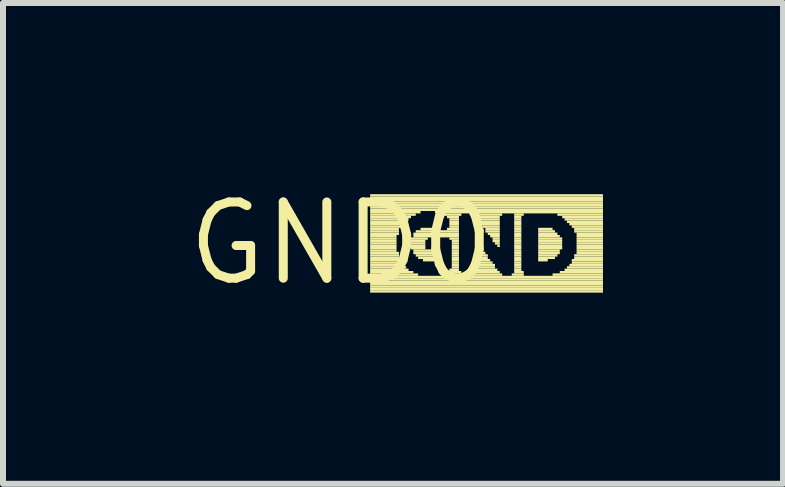
<source format=kicad_pcb>
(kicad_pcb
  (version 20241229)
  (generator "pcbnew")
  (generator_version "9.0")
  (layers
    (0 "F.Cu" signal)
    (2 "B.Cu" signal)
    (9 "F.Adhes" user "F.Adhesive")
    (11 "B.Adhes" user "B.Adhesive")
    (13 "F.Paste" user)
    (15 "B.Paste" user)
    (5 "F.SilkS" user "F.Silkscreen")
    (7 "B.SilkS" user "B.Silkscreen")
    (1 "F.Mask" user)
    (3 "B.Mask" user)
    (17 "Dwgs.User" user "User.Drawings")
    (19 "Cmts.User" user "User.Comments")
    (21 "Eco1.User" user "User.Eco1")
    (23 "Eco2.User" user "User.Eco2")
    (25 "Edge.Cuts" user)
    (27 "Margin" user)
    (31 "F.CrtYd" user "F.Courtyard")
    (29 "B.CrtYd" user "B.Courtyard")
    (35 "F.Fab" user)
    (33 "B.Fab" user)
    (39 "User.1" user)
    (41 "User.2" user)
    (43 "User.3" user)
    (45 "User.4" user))
  (footprint "GND0"
    (layer "F.Cu")
    (at 2.638 1.006)
    (property "Reference" "GND0" (at 0 0 0) (layer "F.SilkS") (effects (font (size 1.27 1.27) (thickness 0.15))))
    (fp_poly (pts (xy 0.48 -0.78) (xy 4.36 -0.78) (xy 4.36 -0.82) (xy 0.48 -0.82)) (stroke (width 0) (type default)) (fill yes) (layer "F.SilkS"))
    (fp_poly (pts (xy 0.48 -0.74) (xy 4.36 -0.74) (xy 4.36 -0.78) (xy 0.48 -0.78)) (stroke (width 0) (type default)) (fill yes) (layer "F.SilkS"))
    (fp_poly (pts (xy 0.48 -0.7) (xy 4.36 -0.7) (xy 4.36 -0.74) (xy 0.48 -0.74)) (stroke (width 0) (type default)) (fill yes) (layer "F.SilkS"))
    (fp_poly (pts (xy 0.48 -0.66) (xy 4.36 -0.66) (xy 4.36 -0.7) (xy 0.48 -0.7)) (stroke (width 0) (type default)) (fill yes) (layer "F.SilkS"))
    (fp_poly (pts (xy 0.48 -0.62) (xy 4.36 -0.62) (xy 4.36 -0.66) (xy 0.48 -0.66)) (stroke (width 0) (type default)) (fill yes) (layer "F.SilkS"))
    (fp_poly (pts (xy 0.48 -0.58) (xy 4.36 -0.58) (xy 4.36 -0.62) (xy 0.48 -0.62)) (stroke (width 0) (type default)) (fill yes) (layer "F.SilkS"))
    (fp_poly (pts (xy 0.48 -0.54) (xy 4.36 -0.54) (xy 4.36 -0.58) (xy 0.48 -0.58)) (stroke (width 0) (type default)) (fill yes) (layer "F.SilkS"))
    (fp_poly (pts (xy 0.48 -0.5) (xy 1.32 -0.5) (xy 1.32 -0.54) (xy 0.48 -0.54)) (stroke (width 0) (type default)) (fill yes) (layer "F.SilkS"))
    (fp_poly (pts (xy 0.48 -0.46) (xy 1.24 -0.46) (xy 1.24 -0.5) (xy 0.48 -0.5)) (stroke (width 0) (type default)) (fill yes) (layer "F.SilkS"))
    (fp_poly (pts (xy 0.48 -0.42) (xy 1.16 -0.42) (xy 1.16 -0.46) (xy 0.48 -0.46)) (stroke (width 0) (type default)) (fill yes) (layer "F.SilkS"))
    (fp_poly (pts (xy 0.48 -0.38) (xy 1.12 -0.38) (xy 1.12 -0.42) (xy 0.48 -0.42)) (stroke (width 0) (type default)) (fill yes) (layer "F.SilkS"))
    (fp_poly (pts (xy 0.48 -0.34) (xy 1.04 -0.34) (xy 1.04 -0.38) (xy 0.48 -0.38)) (stroke (width 0) (type default)) (fill yes) (layer "F.SilkS"))
    (fp_poly (pts (xy 0.48 -0.3) (xy 1.04 -0.3) (xy 1.04 -0.34) (xy 0.48 -0.34)) (stroke (width 0) (type default)) (fill yes) (layer "F.SilkS"))
    (fp_poly (pts (xy 0.48 -0.26) (xy 1 -0.26) (xy 1 -0.3) (xy 0.48 -0.3)) (stroke (width 0) (type default)) (fill yes) (layer "F.SilkS"))
    (fp_poly (pts (xy 0.48 -0.22) (xy 0.96 -0.22) (xy 0.96 -0.26) (xy 0.48 -0.26)) (stroke (width 0) (type default)) (fill yes) (layer "F.SilkS"))
    (fp_poly (pts (xy 0.48 -0.18) (xy 0.96 -0.18) (xy 0.96 -0.22) (xy 0.48 -0.22)) (stroke (width 0) (type default)) (fill yes) (layer "F.SilkS"))
    (fp_poly (pts (xy 0.48 -0.14) (xy 0.96 -0.14) (xy 0.96 -0.18) (xy 0.48 -0.18)) (stroke (width 0) (type default)) (fill yes) (layer "F.SilkS"))
    (fp_poly (pts (xy 0.48 -0.1) (xy 0.92 -0.1) (xy 0.92 -0.14) (xy 0.48 -0.14)) (stroke (width 0) (type default)) (fill yes) (layer "F.SilkS"))
    (fp_poly (pts (xy 0.48 -0.06) (xy 0.92 -0.06) (xy 0.92 -0.1) (xy 0.48 -0.1)) (stroke (width 0) (type default)) (fill yes) (layer "F.SilkS"))
    (fp_poly (pts (xy 0.48 -0.02) (xy 0.92 -0.02) (xy 0.92 -0.06) (xy 0.48 -0.06)) (stroke (width 0) (type default)) (fill yes) (layer "F.SilkS"))
    (fp_poly (pts (xy 0.48 0.02) (xy 0.92 0.02) (xy 0.92 -0.02) (xy 0.48 -0.02)) (stroke (width 0) (type default)) (fill yes) (layer "F.SilkS"))
    (fp_poly (pts (xy 0.48 0.06) (xy 0.92 0.06) (xy 0.92 0.02) (xy 0.48 0.02)) (stroke (width 0) (type default)) (fill yes) (layer "F.SilkS"))
    (fp_poly (pts (xy 0.48 0.1) (xy 0.92 0.1) (xy 0.92 0.06) (xy 0.48 0.06)) (stroke (width 0) (type default)) (fill yes) (layer "F.SilkS"))
    (fp_poly (pts (xy 0.48 0.14) (xy 0.92 0.14) (xy 0.92 0.1) (xy 0.48 0.1)) (stroke (width 0) (type default)) (fill yes) (layer "F.SilkS"))
    (fp_poly (pts (xy 0.48 0.18) (xy 0.96 0.18) (xy 0.96 0.14) (xy 0.48 0.14)) (stroke (width 0) (type default)) (fill yes) (layer "F.SilkS"))
    (fp_poly (pts (xy 0.48 0.22) (xy 0.96 0.22) (xy 0.96 0.18) (xy 0.48 0.18)) (stroke (width 0) (type default)) (fill yes) (layer "F.SilkS"))
    (fp_poly (pts (xy 0.48 0.26) (xy 0.96 0.26) (xy 0.96 0.22) (xy 0.48 0.22)) (stroke (width 0) (type default)) (fill yes) (layer "F.SilkS"))
    (fp_poly (pts (xy 0.48 0.3) (xy 1 0.3) (xy 1 0.26) (xy 0.48 0.26)) (stroke (width 0) (type default)) (fill yes) (layer "F.SilkS"))
    (fp_poly (pts (xy 0.48 0.34) (xy 1 0.34) (xy 1 0.3) (xy 0.48 0.3)) (stroke (width 0) (type default)) (fill yes) (layer "F.SilkS"))
    (fp_poly (pts (xy 0.48 0.38) (xy 1.04 0.38) (xy 1.04 0.34) (xy 0.48 0.34)) (stroke (width 0) (type default)) (fill yes) (layer "F.SilkS"))
    (fp_poly (pts (xy 0.48 0.42) (xy 1.08 0.42) (xy 1.08 0.38) (xy 0.48 0.38)) (stroke (width 0) (type default)) (fill yes) (layer "F.SilkS"))
    (fp_poly (pts (xy 0.48 0.46) (xy 1.12 0.46) (xy 1.12 0.42) (xy 0.48 0.42)) (stroke (width 0) (type default)) (fill yes) (layer "F.SilkS"))
    (fp_poly (pts (xy 0.48 0.5) (xy 1.2 0.5) (xy 1.2 0.46) (xy 0.48 0.46)) (stroke (width 0) (type default)) (fill yes) (layer "F.SilkS"))
    (fp_poly (pts (xy 0.48 0.54) (xy 1.28 0.54) (xy 1.28 0.5) (xy 0.48 0.5)) (stroke (width 0) (type default)) (fill yes) (layer "F.SilkS"))
    (fp_poly (pts (xy 0.48 0.58) (xy 4.36 0.58) (xy 4.36 0.54) (xy 0.48 0.54)) (stroke (width 0) (type default)) (fill yes) (layer "F.SilkS"))
    (fp_poly (pts (xy 0.48 0.62) (xy 4.36 0.62) (xy 4.36 0.58) (xy 0.48 0.58)) (stroke (width 0) (type default)) (fill yes) (layer "F.SilkS"))
    (fp_poly (pts (xy 0.48 0.66) (xy 4.36 0.66) (xy 4.36 0.62) (xy 0.48 0.62)) (stroke (width 0) (type default)) (fill yes) (layer "F.SilkS"))
    (fp_poly (pts (xy 0.48 0.7) (xy 4.36 0.7) (xy 4.36 0.66) (xy 0.48 0.66)) (stroke (width 0) (type default)) (fill yes) (layer "F.SilkS"))
    (fp_poly (pts (xy 0.48 0.74) (xy 4.36 0.74) (xy 4.36 0.7) (xy 0.48 0.7)) (stroke (width 0) (type default)) (fill yes) (layer "F.SilkS"))
    (fp_poly (pts (xy 0.48 0.78) (xy 4.36 0.78) (xy 4.36 0.74) (xy 0.48 0.74)) (stroke (width 0) (type default)) (fill yes) (layer "F.SilkS"))
    (fp_poly (pts (xy 0.48 0.82) (xy 4.36 0.82) (xy 4.36 0.78) (xy 0.48 0.78)) (stroke (width 0) (type default)) (fill yes) (layer "F.SilkS"))
    (fp_poly (pts (xy 1.16 -0.06) (xy 1.44 -0.06) (xy 1.44 -0.1) (xy 1.16 -0.1)) (stroke (width 0) (type default)) (fill yes) (layer "F.SilkS"))
    (fp_poly (pts (xy 1.16 -0.02) (xy 1.4 -0.02) (xy 1.4 -0.06) (xy 1.16 -0.06)) (stroke (width 0) (type default)) (fill yes) (layer "F.SilkS"))
    (fp_poly (pts (xy 1.16 0.02) (xy 1.4 0.02) (xy 1.4 -0.02) (xy 1.16 -0.02)) (stroke (width 0) (type default)) (fill yes) (layer "F.SilkS"))
    (fp_poly (pts (xy 1.16 0.06) (xy 1.4 0.06) (xy 1.4 0.02) (xy 1.16 0.02)) (stroke (width 0) (type default)) (fill yes) (layer "F.SilkS"))
    (fp_poly (pts (xy 1.16 0.1) (xy 1.4 0.1) (xy 1.4 0.06) (xy 1.16 0.06)) (stroke (width 0) (type default)) (fill yes) (layer "F.SilkS"))
    (fp_poly (pts (xy 1.2 -0.14) (xy 1.96 -0.14) (xy 1.96 -0.18) (xy 1.2 -0.18)) (stroke (width 0) (type default)) (fill yes) (layer "F.SilkS"))
    (fp_poly (pts (xy 1.2 -0.1) (xy 1.96 -0.1) (xy 1.96 -0.14) (xy 1.2 -0.14)) (stroke (width 0) (type default)) (fill yes) (layer "F.SilkS"))
    (fp_poly (pts (xy 1.2 0.14) (xy 1.6 0.14) (xy 1.6 0.1) (xy 1.2 0.1)) (stroke (width 0) (type default)) (fill yes) (layer "F.SilkS"))
    (fp_poly (pts (xy 1.2 0.18) (xy 1.6 0.18) (xy 1.6 0.14) (xy 1.2 0.14)) (stroke (width 0) (type default)) (fill yes) (layer "F.SilkS"))
    (fp_poly (pts (xy 1.24 -0.18) (xy 1.96 -0.18) (xy 1.96 -0.22) (xy 1.24 -0.22)) (stroke (width 0) (type default)) (fill yes) (layer "F.SilkS"))
    (fp_poly (pts (xy 1.24 0.22) (xy 1.6 0.22) (xy 1.6 0.18) (xy 1.24 0.18)) (stroke (width 0) (type default)) (fill yes) (layer "F.SilkS"))
    (fp_poly (pts (xy 1.28 0.26) (xy 1.6 0.26) (xy 1.6 0.22) (xy 1.28 0.22)) (stroke (width 0) (type default)) (fill yes) (layer "F.SilkS"))
    (fp_poly (pts (xy 1.32 -0.22) (xy 1.6 -0.22) (xy 1.6 -0.26) (xy 1.32 -0.26)) (stroke (width 0) (type default)) (fill yes) (layer "F.SilkS"))
    (fp_poly (pts (xy 1.36 0.3) (xy 1.56 0.3) (xy 1.56 0.26) (xy 1.36 0.26)) (stroke (width 0) (type default)) (fill yes) (layer "F.SilkS"))
    (fp_poly (pts (xy 1.56 -0.5) (xy 4.36 -0.5) (xy 4.36 -0.54) (xy 1.56 -0.54)) (stroke (width 0) (type default)) (fill yes) (layer "F.SilkS"))
    (fp_poly (pts (xy 1.68 -0.46) (xy 2 -0.46) (xy 2 -0.5) (xy 1.68 -0.5)) (stroke (width 0) (type default)) (fill yes) (layer "F.SilkS"))
    (fp_poly (pts (xy 1.68 0.54) (xy 2 0.54) (xy 2 0.5) (xy 1.68 0.5)) (stroke (width 0) (type default)) (fill yes) (layer "F.SilkS"))
    (fp_poly (pts (xy 1.76 -0.42) (xy 1.96 -0.42) (xy 1.96 -0.46) (xy 1.76 -0.46)) (stroke (width 0) (type default)) (fill yes) (layer "F.SilkS"))
    (fp_poly (pts (xy 1.76 -0.22) (xy 1.96 -0.22) (xy 1.96 -0.26) (xy 1.76 -0.26)) (stroke (width 0) (type default)) (fill yes) (layer "F.SilkS"))
    (fp_poly (pts (xy 1.76 0.5) (xy 2 0.5) (xy 2 0.46) (xy 1.76 0.46)) (stroke (width 0) (type default)) (fill yes) (layer "F.SilkS"))
    (fp_poly (pts (xy 1.8 -0.38) (xy 1.96 -0.38) (xy 1.96 -0.42) (xy 1.8 -0.42)) (stroke (width 0) (type default)) (fill yes) (layer "F.SilkS"))
    (fp_poly (pts (xy 1.8 -0.34) (xy 1.96 -0.34) (xy 1.96 -0.38) (xy 1.8 -0.38)) (stroke (width 0) (type default)) (fill yes) (layer "F.SilkS"))
    (fp_poly (pts (xy 1.8 -0.3) (xy 1.96 -0.3) (xy 1.96 -0.34) (xy 1.8 -0.34)) (stroke (width 0) (type default)) (fill yes) (layer "F.SilkS"))
    (fp_poly (pts (xy 1.8 -0.26) (xy 1.96 -0.26) (xy 1.96 -0.3) (xy 1.8 -0.3)) (stroke (width 0) (type default)) (fill yes) (layer "F.SilkS"))
    (fp_poly (pts (xy 1.8 -0.06) (xy 1.96 -0.06) (xy 1.96 -0.1) (xy 1.8 -0.1)) (stroke (width 0) (type default)) (fill yes) (layer "F.SilkS"))
    (fp_poly (pts (xy 1.8 0.46) (xy 1.96 0.46) (xy 1.96 0.42) (xy 1.8 0.42)) (stroke (width 0) (type default)) (fill yes) (layer "F.SilkS"))
    (fp_poly (pts (xy 1.84 -0.02) (xy 1.96 -0.02) (xy 1.96 -0.06) (xy 1.84 -0.06)) (stroke (width 0) (type default)) (fill yes) (layer "F.SilkS"))
    (fp_poly (pts (xy 1.84 0.02) (xy 1.96 0.02) (xy 1.96 -0.02) (xy 1.84 -0.02)) (stroke (width 0) (type default)) (fill yes) (layer "F.SilkS"))
    (fp_poly (pts (xy 1.84 0.06) (xy 1.96 0.06) (xy 1.96 0.02) (xy 1.84 0.02)) (stroke (width 0) (type default)) (fill yes) (layer "F.SilkS"))
    (fp_poly (pts (xy 1.84 0.1) (xy 1.96 0.1) (xy 1.96 0.06) (xy 1.84 0.06)) (stroke (width 0) (type default)) (fill yes) (layer "F.SilkS"))
    (fp_poly (pts (xy 1.84 0.14) (xy 1.96 0.14) (xy 1.96 0.1) (xy 1.84 0.1)) (stroke (width 0) (type default)) (fill yes) (layer "F.SilkS"))
    (fp_poly (pts (xy 1.84 0.18) (xy 1.96 0.18) (xy 1.96 0.14) (xy 1.84 0.14)) (stroke (width 0) (type default)) (fill yes) (layer "F.SilkS"))
    (fp_poly (pts (xy 1.84 0.22) (xy 1.96 0.22) (xy 1.96 0.18) (xy 1.84 0.18)) (stroke (width 0) (type default)) (fill yes) (layer "F.SilkS"))
    (fp_poly (pts (xy 1.84 0.26) (xy 1.96 0.26) (xy 1.96 0.22) (xy 1.84 0.22)) (stroke (width 0) (type default)) (fill yes) (layer "F.SilkS"))
    (fp_poly (pts (xy 1.84 0.3) (xy 1.96 0.3) (xy 1.96 0.26) (xy 1.84 0.26)) (stroke (width 0) (type default)) (fill yes) (layer "F.SilkS"))
    (fp_poly (pts (xy 1.84 0.34) (xy 1.96 0.34) (xy 1.96 0.3) (xy 1.84 0.3)) (stroke (width 0) (type default)) (fill yes) (layer "F.SilkS"))
    (fp_poly (pts (xy 1.84 0.38) (xy 1.96 0.38) (xy 1.96 0.34) (xy 1.84 0.34)) (stroke (width 0) (type default)) (fill yes) (layer "F.SilkS"))
    (fp_poly (pts (xy 1.84 0.42) (xy 1.96 0.42) (xy 1.96 0.38) (xy 1.84 0.38)) (stroke (width 0) (type default)) (fill yes) (layer "F.SilkS"))
    (fp_poly (pts (xy 2.2 -0.46) (xy 2.68 -0.46) (xy 2.68 -0.5) (xy 2.2 -0.5)) (stroke (width 0) (type default)) (fill yes) (layer "F.SilkS"))
    (fp_poly (pts (xy 2.2 0.5) (xy 2.64 0.5) (xy 2.64 0.46) (xy 2.2 0.46)) (stroke (width 0) (type default)) (fill yes) (layer "F.SilkS"))
    (fp_poly (pts (xy 2.2 0.54) (xy 2.68 0.54) (xy 2.68 0.5) (xy 2.2 0.5)) (stroke (width 0) (type default)) (fill yes) (layer "F.SilkS"))
    (fp_poly (pts (xy 2.24 -0.42) (xy 2.64 -0.42) (xy 2.64 -0.46) (xy 2.24 -0.46)) (stroke (width 0) (type default)) (fill yes) (layer "F.SilkS"))
    (fp_poly (pts (xy 2.24 0.02) (xy 2.28 0.02) (xy 2.28 -0.02) (xy 2.24 -0.02)) (stroke (width 0) (type default)) (fill yes) (layer "F.SilkS"))
    (fp_poly (pts (xy 2.24 0.06) (xy 2.32 0.06) (xy 2.32 0.02) (xy 2.24 0.02)) (stroke (width 0) (type default)) (fill yes) (layer "F.SilkS"))
    (fp_poly (pts (xy 2.24 0.1) (xy 2.32 0.1) (xy 2.32 0.06) (xy 2.24 0.06)) (stroke (width 0) (type default)) (fill yes) (layer "F.SilkS"))
    (fp_poly (pts (xy 2.24 0.14) (xy 2.36 0.14) (xy 2.36 0.1) (xy 2.24 0.1)) (stroke (width 0) (type default)) (fill yes) (layer "F.SilkS"))
    (fp_poly (pts (xy 2.24 0.18) (xy 2.4 0.18) (xy 2.4 0.14) (xy 2.24 0.14)) (stroke (width 0) (type default)) (fill yes) (layer "F.SilkS"))
    (fp_poly (pts (xy 2.24 0.22) (xy 2.44 0.22) (xy 2.44 0.18) (xy 2.24 0.18)) (stroke (width 0) (type default)) (fill yes) (layer "F.SilkS"))
    (fp_poly (pts (xy 2.24 0.26) (xy 2.44 0.26) (xy 2.44 0.22) (xy 2.24 0.22)) (stroke (width 0) (type default)) (fill yes) (layer "F.SilkS"))
    (fp_poly (pts (xy 2.24 0.3) (xy 2.48 0.3) (xy 2.48 0.26) (xy 2.24 0.26)) (stroke (width 0) (type default)) (fill yes) (layer "F.SilkS"))
    (fp_poly (pts (xy 2.24 0.34) (xy 2.52 0.34) (xy 2.52 0.3) (xy 2.24 0.3)) (stroke (width 0) (type default)) (fill yes) (layer "F.SilkS"))
    (fp_poly (pts (xy 2.24 0.38) (xy 2.56 0.38) (xy 2.56 0.34) (xy 2.24 0.34)) (stroke (width 0) (type default)) (fill yes) (layer "F.SilkS"))
    (fp_poly (pts (xy 2.24 0.42) (xy 2.56 0.42) (xy 2.56 0.38) (xy 2.24 0.38)) (stroke (width 0) (type default)) (fill yes) (layer "F.SilkS"))
    (fp_poly (pts (xy 2.24 0.46) (xy 2.6 0.46) (xy 2.6 0.42) (xy 2.24 0.42)) (stroke (width 0) (type default)) (fill yes) (layer "F.SilkS"))
    (fp_poly (pts (xy 2.28 -0.38) (xy 2.64 -0.38) (xy 2.64 -0.42) (xy 2.28 -0.42)) (stroke (width 0) (type default)) (fill yes) (layer "F.SilkS"))
    (fp_poly (pts (xy 2.28 -0.34) (xy 2.64 -0.34) (xy 2.64 -0.38) (xy 2.28 -0.38)) (stroke (width 0) (type default)) (fill yes) (layer "F.SilkS"))
    (fp_poly (pts (xy 2.32 -0.3) (xy 2.64 -0.3) (xy 2.64 -0.34) (xy 2.32 -0.34)) (stroke (width 0) (type default)) (fill yes) (layer "F.SilkS"))
    (fp_poly (pts (xy 2.36 -0.26) (xy 2.64 -0.26) (xy 2.64 -0.3) (xy 2.36 -0.3)) (stroke (width 0) (type default)) (fill yes) (layer "F.SilkS"))
    (fp_poly (pts (xy 2.4 -0.22) (xy 2.64 -0.22) (xy 2.64 -0.26) (xy 2.4 -0.26)) (stroke (width 0) (type default)) (fill yes) (layer "F.SilkS"))
    (fp_poly (pts (xy 2.4 -0.18) (xy 2.64 -0.18) (xy 2.64 -0.22) (xy 2.4 -0.22)) (stroke (width 0) (type default)) (fill yes) (layer "F.SilkS"))
    (fp_poly (pts (xy 2.44 -0.14) (xy 2.64 -0.14) (xy 2.64 -0.18) (xy 2.44 -0.18)) (stroke (width 0) (type default)) (fill yes) (layer "F.SilkS"))
    (fp_poly (pts (xy 2.48 -0.1) (xy 2.64 -0.1) (xy 2.64 -0.14) (xy 2.48 -0.14)) (stroke (width 0) (type default)) (fill yes) (layer "F.SilkS"))
    (fp_poly (pts (xy 2.52 -0.06) (xy 2.64 -0.06) (xy 2.64 -0.1) (xy 2.52 -0.1)) (stroke (width 0) (type default)) (fill yes) (layer "F.SilkS"))
    (fp_poly (pts (xy 2.52 -0.02) (xy 2.64 -0.02) (xy 2.64 -0.06) (xy 2.52 -0.06)) (stroke (width 0) (type default)) (fill yes) (layer "F.SilkS"))
    (fp_poly (pts (xy 2.56 0.02) (xy 2.64 0.02) (xy 2.64 -0.02) (xy 2.56 -0.02)) (stroke (width 0) (type default)) (fill yes) (layer "F.SilkS"))
    (fp_poly (pts (xy 2.6 0.06) (xy 2.64 0.06) (xy 2.64 0.02) (xy 2.6 0.02)) (stroke (width 0) (type default)) (fill yes) (layer "F.SilkS"))
    (fp_poly (pts (xy 2.84 0.54) (xy 3.04 0.54) (xy 3.04 0.5) (xy 2.84 0.5)) (stroke (width 0) (type default)) (fill yes) (layer "F.SilkS"))
    (fp_poly (pts (xy 2.88 -0.46) (xy 3.04 -0.46) (xy 3.04 -0.5) (xy 2.88 -0.5)) (stroke (width 0) (type default)) (fill yes) (layer "F.SilkS"))
    (fp_poly (pts (xy 2.88 -0.42) (xy 3 -0.42) (xy 3 -0.46) (xy 2.88 -0.46)) (stroke (width 0) (type default)) (fill yes) (layer "F.SilkS"))
    (fp_poly (pts (xy 2.88 -0.38) (xy 3 -0.38) (xy 3 -0.42) (xy 2.88 -0.42)) (stroke (width 0) (type default)) (fill yes) (layer "F.SilkS"))
    (fp_poly (pts (xy 2.88 -0.34) (xy 3 -0.34) (xy 3 -0.38) (xy 2.88 -0.38)) (stroke (width 0) (type default)) (fill yes) (layer "F.SilkS"))
    (fp_poly (pts (xy 2.88 -0.3) (xy 3 -0.3) (xy 3 -0.34) (xy 2.88 -0.34)) (stroke (width 0) (type default)) (fill yes) (layer "F.SilkS"))
    (fp_poly (pts (xy 2.88 -0.26) (xy 3 -0.26) (xy 3 -0.3) (xy 2.88 -0.3)) (stroke (width 0) (type default)) (fill yes) (layer "F.SilkS"))
    (fp_poly (pts (xy 2.88 -0.22) (xy 3 -0.22) (xy 3 -0.26) (xy 2.88 -0.26)) (stroke (width 0) (type default)) (fill yes) (layer "F.SilkS"))
    (fp_poly (pts (xy 2.88 -0.18) (xy 3 -0.18) (xy 3 -0.22) (xy 2.88 -0.22)) (stroke (width 0) (type default)) (fill yes) (layer "F.SilkS"))
    (fp_poly (pts (xy 2.88 -0.14) (xy 3 -0.14) (xy 3 -0.18) (xy 2.88 -0.18)) (stroke (width 0) (type default)) (fill yes) (layer "F.SilkS"))
    (fp_poly (pts (xy 2.88 -0.1) (xy 3 -0.1) (xy 3 -0.14) (xy 2.88 -0.14)) (stroke (width 0) (type default)) (fill yes) (layer "F.SilkS"))
    (fp_poly (pts (xy 2.88 -0.06) (xy 3 -0.06) (xy 3 -0.1) (xy 2.88 -0.1)) (stroke (width 0) (type default)) (fill yes) (layer "F.SilkS"))
    (fp_poly (pts (xy 2.88 -0.02) (xy 3 -0.02) (xy 3 -0.06) (xy 2.88 -0.06)) (stroke (width 0) (type default)) (fill yes) (layer "F.SilkS"))
    (fp_poly (pts (xy 2.88 0.02) (xy 3 0.02) (xy 3 -0.02) (xy 2.88 -0.02)) (stroke (width 0) (type default)) (fill yes) (layer "F.SilkS"))
    (fp_poly (pts (xy 2.88 0.06) (xy 3 0.06) (xy 3 0.02) (xy 2.88 0.02)) (stroke (width 0) (type default)) (fill yes) (layer "F.SilkS"))
    (fp_poly (pts (xy 2.88 0.1) (xy 3 0.1) (xy 3 0.06) (xy 2.88 0.06)) (stroke (width 0) (type default)) (fill yes) (layer "F.SilkS"))
    (fp_poly (pts (xy 2.88 0.14) (xy 3 0.14) (xy 3 0.1) (xy 2.88 0.1)) (stroke (width 0) (type default)) (fill yes) (layer "F.SilkS"))
    (fp_poly (pts (xy 2.88 0.18) (xy 3 0.18) (xy 3 0.14) (xy 2.88 0.14)) (stroke (width 0) (type default)) (fill yes) (layer "F.SilkS"))
    (fp_poly (pts (xy 2.88 0.22) (xy 3 0.22) (xy 3 0.18) (xy 2.88 0.18)) (stroke (width 0) (type default)) (fill yes) (layer "F.SilkS"))
    (fp_poly (pts (xy 2.88 0.26) (xy 3 0.26) (xy 3 0.22) (xy 2.88 0.22)) (stroke (width 0) (type default)) (fill yes) (layer "F.SilkS"))
    (fp_poly (pts (xy 2.88 0.3) (xy 3 0.3) (xy 3 0.26) (xy 2.88 0.26)) (stroke (width 0) (type default)) (fill yes) (layer "F.SilkS"))
    (fp_poly (pts (xy 2.88 0.34) (xy 3 0.34) (xy 3 0.3) (xy 2.88 0.3)) (stroke (width 0) (type default)) (fill yes) (layer "F.SilkS"))
    (fp_poly (pts (xy 2.88 0.38) (xy 3 0.38) (xy 3 0.34) (xy 2.88 0.34)) (stroke (width 0) (type default)) (fill yes) (layer "F.SilkS"))
    (fp_poly (pts (xy 2.88 0.42) (xy 3 0.42) (xy 3 0.38) (xy 2.88 0.38)) (stroke (width 0) (type default)) (fill yes) (layer "F.SilkS"))
    (fp_poly (pts (xy 2.88 0.46) (xy 3 0.46) (xy 3 0.42) (xy 2.88 0.42)) (stroke (width 0) (type default)) (fill yes) (layer "F.SilkS"))
    (fp_poly (pts (xy 2.88 0.5) (xy 3.04 0.5) (xy 3.04 0.46) (xy 2.88 0.46)) (stroke (width 0) (type default)) (fill yes) (layer "F.SilkS"))
    (fp_poly (pts (xy 3.28 -0.22) (xy 3.52 -0.22) (xy 3.52 -0.26) (xy 3.28 -0.26)) (stroke (width 0) (type default)) (fill yes) (layer "F.SilkS"))
    (fp_poly (pts (xy 3.28 -0.18) (xy 3.56 -0.18) (xy 3.56 -0.22) (xy 3.28 -0.22)) (stroke (width 0) (type default)) (fill yes) (layer "F.SilkS"))
    (fp_poly (pts (xy 3.28 -0.14) (xy 3.6 -0.14) (xy 3.6 -0.18) (xy 3.28 -0.18)) (stroke (width 0) (type default)) (fill yes) (layer "F.SilkS"))
    (fp_poly (pts (xy 3.28 -0.1) (xy 3.64 -0.1) (xy 3.64 -0.14) (xy 3.28 -0.14)) (stroke (width 0) (type default)) (fill yes) (layer "F.SilkS"))
    (fp_poly (pts (xy 3.28 -0.06) (xy 3.68 -0.06) (xy 3.68 -0.1) (xy 3.28 -0.1)) (stroke (width 0) (type default)) (fill yes) (layer "F.SilkS"))
    (fp_poly (pts (xy 3.28 -0.02) (xy 3.68 -0.02) (xy 3.68 -0.06) (xy 3.28 -0.06)) (stroke (width 0) (type default)) (fill yes) (layer "F.SilkS"))
    (fp_poly (pts (xy 3.28 0.02) (xy 3.68 0.02) (xy 3.68 -0.02) (xy 3.28 -0.02)) (stroke (width 0) (type default)) (fill yes) (layer "F.SilkS"))
    (fp_poly (pts (xy 3.28 0.06) (xy 3.68 0.06) (xy 3.68 0.02) (xy 3.28 0.02)) (stroke (width 0) (type default)) (fill yes) (layer "F.SilkS"))
    (fp_poly (pts (xy 3.28 0.1) (xy 3.68 0.1) (xy 3.68 0.06) (xy 3.28 0.06)) (stroke (width 0) (type default)) (fill yes) (layer "F.SilkS"))
    (fp_poly (pts (xy 3.28 0.14) (xy 3.64 0.14) (xy 3.64 0.1) (xy 3.28 0.1)) (stroke (width 0) (type default)) (fill yes) (layer "F.SilkS"))
    (fp_poly (pts (xy 3.28 0.18) (xy 3.64 0.18) (xy 3.64 0.14) (xy 3.28 0.14)) (stroke (width 0) (type default)) (fill yes) (layer "F.SilkS"))
    (fp_poly (pts (xy 3.28 0.22) (xy 3.6 0.22) (xy 3.6 0.18) (xy 3.28 0.18)) (stroke (width 0) (type default)) (fill yes) (layer "F.SilkS"))
    (fp_poly (pts (xy 3.28 0.26) (xy 3.56 0.26) (xy 3.56 0.22) (xy 3.28 0.22)) (stroke (width 0) (type default)) (fill yes) (layer "F.SilkS"))
    (fp_poly (pts (xy 3.28 0.3) (xy 3.44 0.3) (xy 3.44 0.26) (xy 3.28 0.26)) (stroke (width 0) (type default)) (fill yes) (layer "F.SilkS"))
    (fp_poly (pts (xy 3.52 0.54) (xy 4.36 0.54) (xy 4.36 0.5) (xy 3.52 0.5)) (stroke (width 0) (type default)) (fill yes) (layer "F.SilkS"))
    (fp_poly (pts (xy 3.6 -0.46) (xy 4.36 -0.46) (xy 4.36 -0.5) (xy 3.6 -0.5)) (stroke (width 0) (type default)) (fill yes) (layer "F.SilkS"))
    (fp_poly (pts (xy 3.64 0.5) (xy 4.36 0.5) (xy 4.36 0.46) (xy 3.64 0.46)) (stroke (width 0) (type default)) (fill yes) (layer "F.SilkS"))
    (fp_poly (pts (xy 3.68 -0.42) (xy 4.36 -0.42) (xy 4.36 -0.46) (xy 3.68 -0.46)) (stroke (width 0) (type default)) (fill yes) (layer "F.SilkS"))
    (fp_poly (pts (xy 3.72 -0.38) (xy 4.36 -0.38) (xy 4.36 -0.42) (xy 3.72 -0.42)) (stroke (width 0) (type default)) (fill yes) (layer "F.SilkS"))
    (fp_poly (pts (xy 3.72 0.46) (xy 4.36 0.46) (xy 4.36 0.42) (xy 3.72 0.42)) (stroke (width 0) (type default)) (fill yes) (layer "F.SilkS"))
    (fp_poly (pts (xy 3.76 -0.34) (xy 4.36 -0.34) (xy 4.36 -0.38) (xy 3.76 -0.38)) (stroke (width 0) (type default)) (fill yes) (layer "F.SilkS"))
    (fp_poly (pts (xy 3.76 0.42) (xy 4.36 0.42) (xy 4.36 0.38) (xy 3.76 0.38)) (stroke (width 0) (type default)) (fill yes) (layer "F.SilkS"))
    (fp_poly (pts (xy 3.8 -0.3) (xy 4.36 -0.3) (xy 4.36 -0.34) (xy 3.8 -0.34)) (stroke (width 0) (type default)) (fill yes) (layer "F.SilkS"))
    (fp_poly (pts (xy 3.8 0.38) (xy 4.36 0.38) (xy 4.36 0.34) (xy 3.8 0.34)) (stroke (width 0) (type default)) (fill yes) (layer "F.SilkS"))
    (fp_poly (pts (xy 3.84 -0.26) (xy 4.36 -0.26) (xy 4.36 -0.3) (xy 3.84 -0.3)) (stroke (width 0) (type default)) (fill yes) (layer "F.SilkS"))
    (fp_poly (pts (xy 3.84 0.3) (xy 4.36 0.3) (xy 4.36 0.26) (xy 3.84 0.26)) (stroke (width 0) (type default)) (fill yes) (layer "F.SilkS"))
    (fp_poly (pts (xy 3.84 0.34) (xy 4.36 0.34) (xy 4.36 0.3) (xy 3.84 0.3)) (stroke (width 0) (type default)) (fill yes) (layer "F.SilkS"))
    (fp_poly (pts (xy 3.88 -0.22) (xy 4.36 -0.22) (xy 4.36 -0.26) (xy 3.88 -0.26)) (stroke (width 0) (type default)) (fill yes) (layer "F.SilkS"))
    (fp_poly (pts (xy 3.88 -0.18) (xy 4.36 -0.18) (xy 4.36 -0.22) (xy 3.88 -0.22)) (stroke (width 0) (type default)) (fill yes) (layer "F.SilkS"))
    (fp_poly (pts (xy 3.88 0.22) (xy 4.36 0.22) (xy 4.36 0.18) (xy 3.88 0.18)) (stroke (width 0) (type default)) (fill yes) (layer "F.SilkS"))
    (fp_poly (pts (xy 3.88 0.26) (xy 4.36 0.26) (xy 4.36 0.22) (xy 3.88 0.22)) (stroke (width 0) (type default)) (fill yes) (layer "F.SilkS"))
    (fp_poly (pts (xy 3.92 -0.14) (xy 4.36 -0.14) (xy 4.36 -0.18) (xy 3.92 -0.18)) (stroke (width 0) (type default)) (fill yes) (layer "F.SilkS"))
    (fp_poly (pts (xy 3.92 -0.1) (xy 4.36 -0.1) (xy 4.36 -0.14) (xy 3.92 -0.14)) (stroke (width 0) (type default)) (fill yes) (layer "F.SilkS"))
    (fp_poly (pts (xy 3.92 -0.06) (xy 4.36 -0.06) (xy 4.36 -0.1) (xy 3.92 -0.1)) (stroke (width 0) (type default)) (fill yes) (layer "F.SilkS"))
    (fp_poly (pts (xy 3.92 -0.02) (xy 4.36 -0.02) (xy 4.36 -0.06) (xy 3.92 -0.06)) (stroke (width 0) (type default)) (fill yes) (layer "F.SilkS"))
    (fp_poly (pts (xy 3.92 0.02) (xy 4.36 0.02) (xy 4.36 -0.02) (xy 3.92 -0.02)) (stroke (width 0) (type default)) (fill yes) (layer "F.SilkS"))
    (fp_poly (pts (xy 3.92 0.06) (xy 4.36 0.06) (xy 4.36 0.02) (xy 3.92 0.02)) (stroke (width 0) (type default)) (fill yes) (layer "F.SilkS"))
    (fp_poly (pts (xy 3.92 0.1) (xy 4.36 0.1) (xy 4.36 0.06) (xy 3.92 0.06)) (stroke (width 0) (type default)) (fill yes) (layer "F.SilkS"))
    (fp_poly (pts (xy 3.92 0.14) (xy 4.36 0.14) (xy 4.36 0.1) (xy 3.92 0.1)) (stroke (width 0) (type default)) (fill yes) (layer "F.SilkS"))
    (fp_poly (pts (xy 3.92 0.18) (xy 4.36 0.18) (xy 4.36 0.14) (xy 3.92 0.14)) (stroke (width 0) (type default)) (fill yes) (layer "F.SilkS")))
  (gr_rect
    (start -3 -3)
    (end 9.998 5.012)
    (stroke (width 0.1) (type default))
    (fill no)
    (layer "Edge.Cuts")))
</source>
